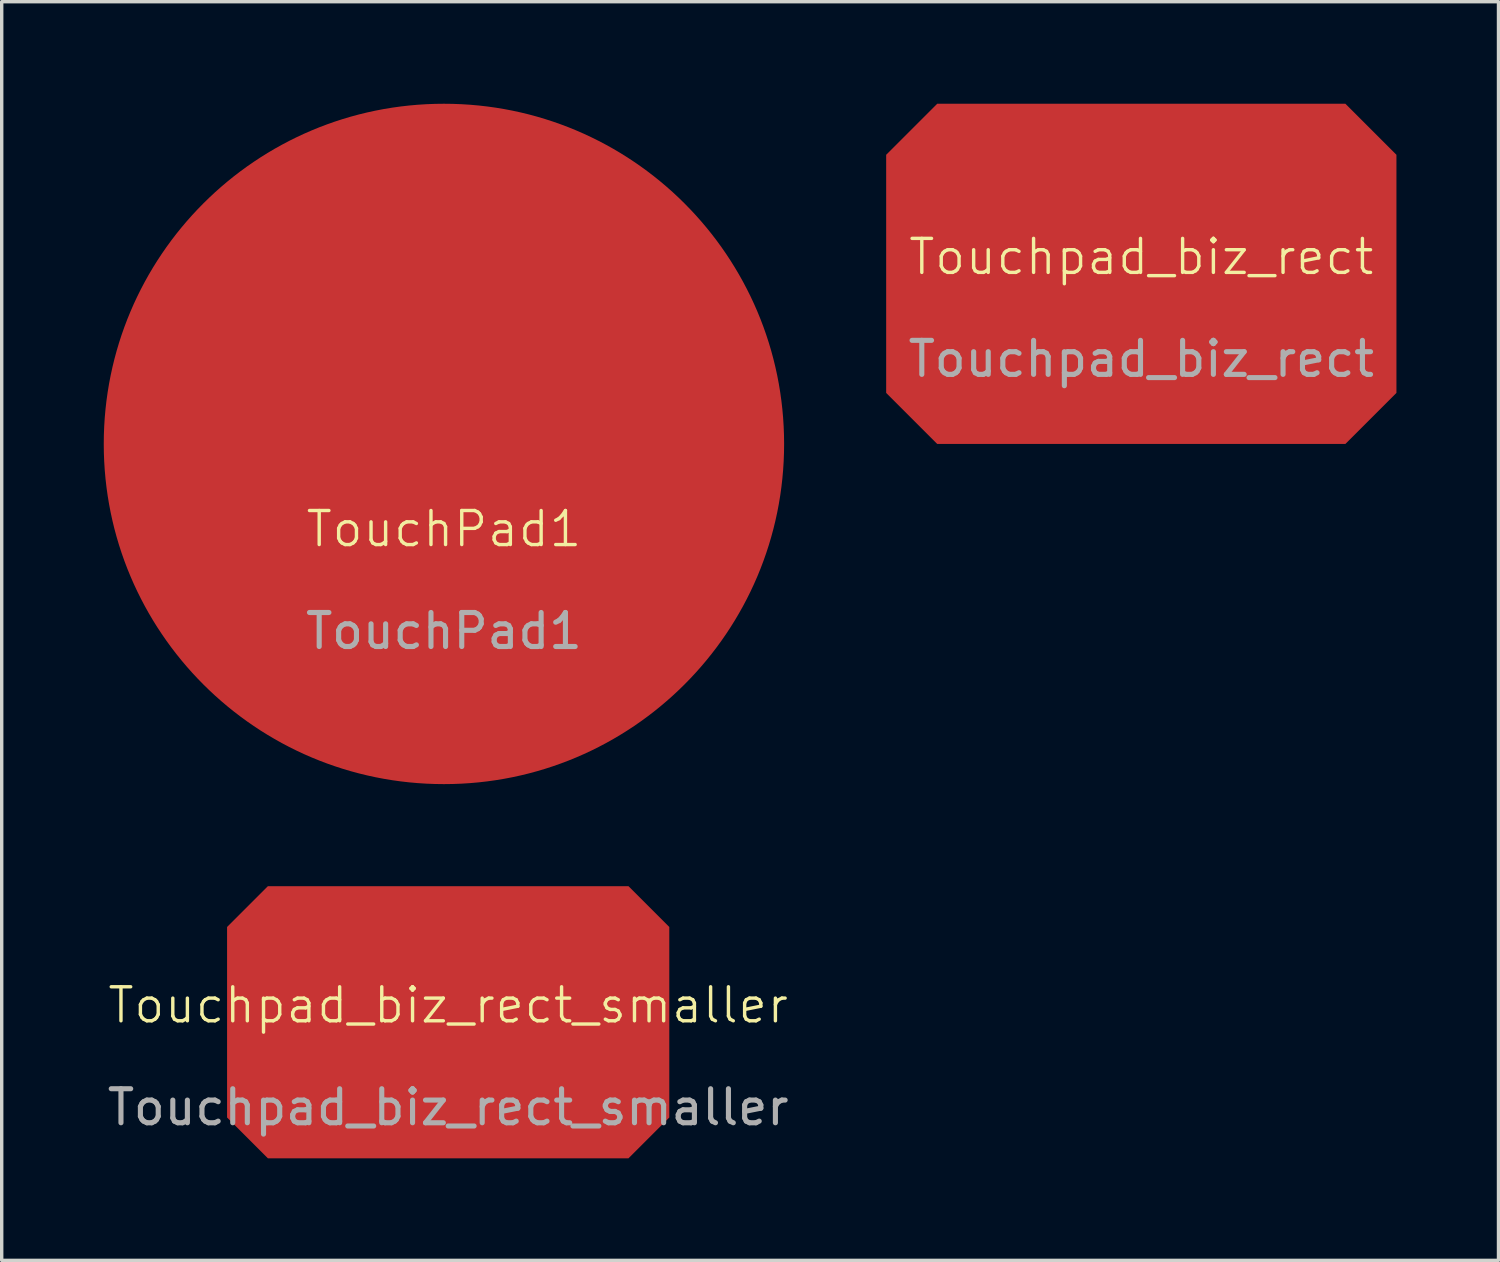
<source format=kicad_pcb>
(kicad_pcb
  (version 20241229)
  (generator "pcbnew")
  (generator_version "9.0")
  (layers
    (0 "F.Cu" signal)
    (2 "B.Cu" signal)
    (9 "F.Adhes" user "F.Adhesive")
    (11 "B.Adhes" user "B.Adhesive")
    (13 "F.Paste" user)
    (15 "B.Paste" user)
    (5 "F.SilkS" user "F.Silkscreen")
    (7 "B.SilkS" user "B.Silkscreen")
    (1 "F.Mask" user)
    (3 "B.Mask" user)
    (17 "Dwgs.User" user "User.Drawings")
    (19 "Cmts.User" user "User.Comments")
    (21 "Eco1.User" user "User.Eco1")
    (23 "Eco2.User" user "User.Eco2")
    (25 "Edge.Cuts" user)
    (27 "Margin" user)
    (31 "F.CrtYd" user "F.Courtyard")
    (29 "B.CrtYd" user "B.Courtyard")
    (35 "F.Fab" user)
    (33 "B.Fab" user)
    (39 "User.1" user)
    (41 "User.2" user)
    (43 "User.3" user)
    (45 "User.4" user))
  (footprint "Touchpad_biz_rect"
    (layer "F.Cu")
    (at 30.5 5)
    (property "Reference" "Touchpad_biz_rect" (at 0 -0.5 0) (unlocked yes) (layer "F.SilkS") (effects (font (size 1 1) (thickness 0.1))))
    (attr smd)
    (fp_text user "${REFERENCE}" (at 0 2.5 0) (unlocked yes) (layer "F.Fab") (effects (font (size 1 1) (thickness 0.15))))
    (pad "1" smd roundrect (at 0 0) (size 15 10) (layers "F.Cu" "F.Mask" "F.Paste") (roundrect_rratio 0) (chamfer_ratio 0.15) (chamfer top_left top_right bottom_left bottom_right)))
  (footprint "Touchpad_biz_rect_smaller"
    (layer "F.Cu")
    (at 10.125 27)
    (property "Reference" "Touchpad_biz_rect_smaller" (at 0 -0.5 0) (unlocked yes) (layer "F.SilkS") (effects (font (size 1 1) (thickness 0.1))))
    (attr smd)
    (fp_text user "${REFERENCE}" (at 0 2.5 0) (unlocked yes) (layer "F.Fab") (effects (font (size 1 1) (thickness 0.15))))
    (pad "1" smd roundrect (at 0 0) (size 13 8) (layers "F.Cu" "F.Mask" "F.Paste") (roundrect_rratio 0) (chamfer_ratio 0.15) (chamfer top_left top_right bottom_left bottom_right)))
  (footprint "TouchPad1"
    (layer "F.Cu")
    (at 10 13)
    (property "Reference" "TouchPad1" (at 0 -0.5 0) (unlocked yes) (layer "F.SilkS") (effects (font (size 1 1) (thickness 0.1))))
    (attr smd)
    (fp_text user "${REFERENCE}" (at 0 2.5 0) (unlocked yes) (layer "F.Fab") (effects (font (size 1 1) (thickness 0.15))))
    (pad "1" smd circle (at 0 -3) (size 20 20) (layers "F.Cu" "F.Mask" "F.Paste")))
  (gr_rect
    (start -3 -3)
    (end 41 34)
    (stroke (width 0.1) (type default))
    (fill no)
    (layer "Edge.Cuts")))
</source>
